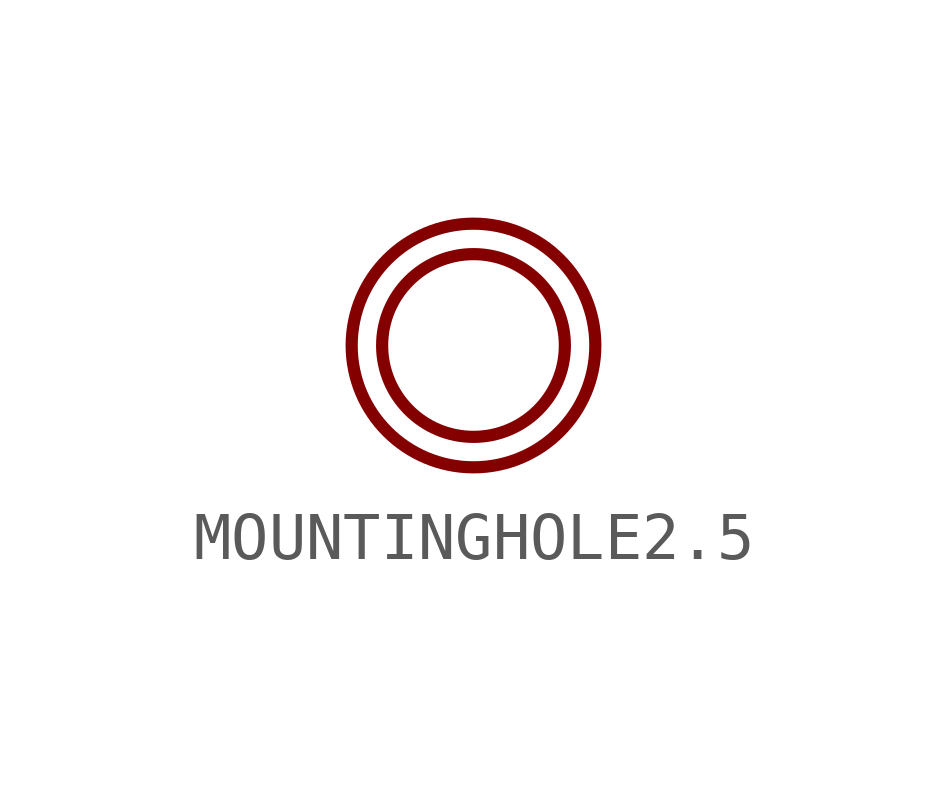
<source format=kicad_sym>
(kicad_symbol_lib
  (version 20201005)
  (generator kicad_symbol_editor)
  (symbol "MOUNTINGHOLE2.5"
    (property "Reference" ""
      (at 0 0 0)
      (effects (font (size 1.27 1.27)) hide))
    (property "ki_locked" ""
      (at 0 0 0)
      (effects (font (size 1.27 1.27))))
    (symbol "MOUNTINGHOLE2.5_1_0"
      (circle (center 0 0) (radius 1.905) (stroke (width 0.254)) (fill (type none)))
      (circle (center 0 0) (radius 2.54) (stroke (width 0.254)) (fill (type none))))))
</source>
